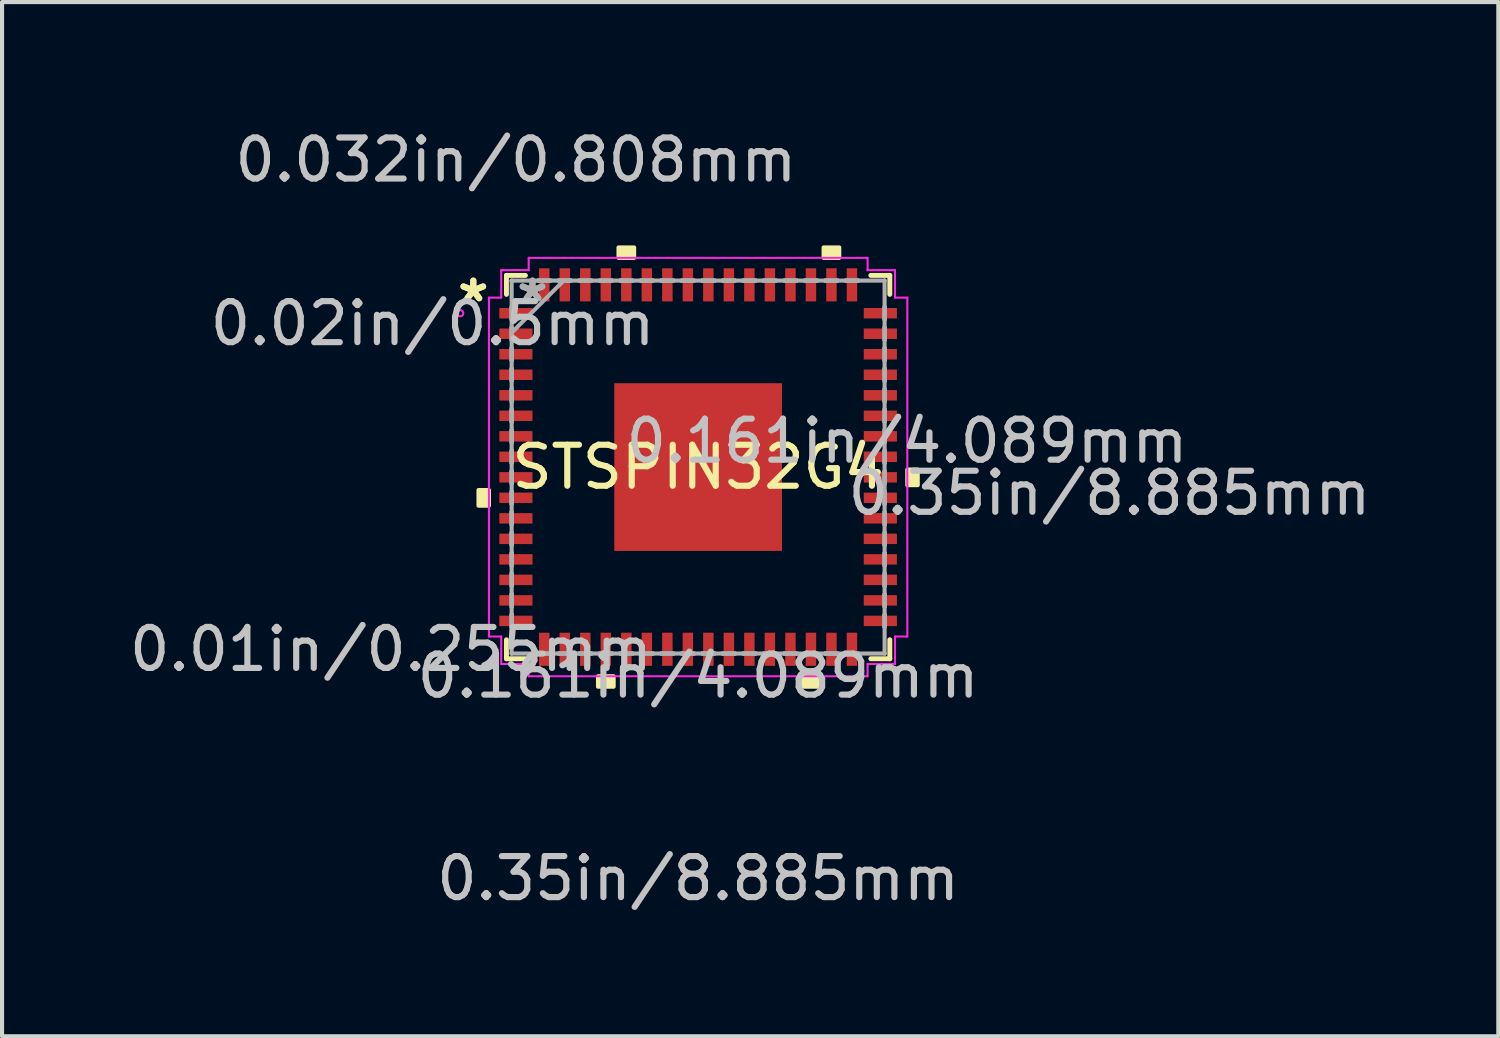
<source format=kicad_pcb>
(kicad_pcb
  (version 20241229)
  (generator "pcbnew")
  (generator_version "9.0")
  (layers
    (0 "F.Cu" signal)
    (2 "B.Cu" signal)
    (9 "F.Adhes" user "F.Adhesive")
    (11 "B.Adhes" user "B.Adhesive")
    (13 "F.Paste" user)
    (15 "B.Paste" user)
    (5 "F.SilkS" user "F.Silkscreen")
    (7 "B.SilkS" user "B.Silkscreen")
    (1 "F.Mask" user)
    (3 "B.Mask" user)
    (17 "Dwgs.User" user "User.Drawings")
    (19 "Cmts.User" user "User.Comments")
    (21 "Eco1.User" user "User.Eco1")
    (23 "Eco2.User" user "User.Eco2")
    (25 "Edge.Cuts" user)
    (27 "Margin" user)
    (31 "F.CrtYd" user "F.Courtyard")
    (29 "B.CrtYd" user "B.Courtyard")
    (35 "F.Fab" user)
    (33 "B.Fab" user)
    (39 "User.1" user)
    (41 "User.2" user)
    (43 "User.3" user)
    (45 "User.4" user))
  (footprint "STSPIN32G4"
    (layer "F.Cu")
    (at 13.973 8.339)
    (property "Reference" "STSPIN32G4" (at 0 0 0) (layer "F.SilkS") (effects (font (size 1 1) (thickness 0.15))))
    (attr through_hole)
    (fp_line (start -4.674 -4.674) (end -4.674 -4.211) (stroke (width 0.12) (type solid)) (layer "F.SilkS"))
    (fp_line (start -4.674 4.211) (end -4.674 4.674) (stroke (width 0.12) (type solid)) (layer "F.SilkS"))
    (fp_line (start -4.674 4.674) (end -4.211 4.674) (stroke (width 0.12) (type solid)) (layer "F.SilkS"))
    (fp_line (start -4.211 -4.674) (end -4.674 -4.674) (stroke (width 0.12) (type solid)) (layer "F.SilkS"))
    (fp_line (start 4.211 4.674) (end 4.674 4.674) (stroke (width 0.12) (type solid)) (layer "F.SilkS"))
    (fp_line (start 4.674 -4.674) (end 4.211 -4.674) (stroke (width 0.12) (type solid)) (layer "F.SilkS"))
    (fp_line (start 4.674 -4.211) (end 4.674 -4.674) (stroke (width 0.12) (type solid)) (layer "F.SilkS"))
    (fp_line (start 4.674 4.674) (end 4.674 4.211) (stroke (width 0.12) (type solid)) (layer "F.SilkS"))
    (fp_poly (pts (xy -5.355 0.56) (xy -5.355 0.941) (xy -5.101 0.941) (xy -5.101 0.56)) (stroke (width 0.1) (type solid)) (fill yes) (layer "F.SilkS"))
    (fp_poly (pts (xy -2.441 5.101) (xy -2.441 5.355) (xy -2.06 5.355) (xy -2.06 5.101)) (stroke (width 0.1) (type solid)) (fill yes) (layer "F.SilkS"))
    (fp_poly (pts (xy -1.941 -5.101) (xy -1.941 -5.355) (xy -1.56 -5.355) (xy -1.56 -5.101)) (stroke (width 0.1) (type solid)) (fill yes) (layer "F.SilkS"))
    (fp_poly (pts (xy 2.56 5.101) (xy 2.56 5.355) (xy 2.941 5.355) (xy 2.941 5.101)) (stroke (width 0.1) (type solid)) (fill yes) (layer "F.SilkS"))
    (fp_poly (pts (xy 3.06 -5.101) (xy 3.06 -5.355) (xy 3.441 -5.355) (xy 3.441 -5.101)) (stroke (width 0.1) (type solid)) (fill yes) (layer "F.SilkS"))
    (fp_poly (pts (xy 5.355 0.06) (xy 5.355 0.441) (xy 5.101 0.441) (xy 5.101 0.06)) (stroke (width 0.1) (type solid)) (fill yes) (layer "F.SilkS"))
    (fp_poly (pts (xy -1.945 -1.945) (xy -1.945 -0.782) (xy -0.782 -0.782) (xy -0.782 -1.945)) (stroke (width 0.1) (type solid)) (fill yes) (layer "F.Paste"))
    (fp_poly (pts (xy -1.945 -0.582) (xy -1.945 0.582) (xy -0.782 0.582) (xy -0.782 -0.582)) (stroke (width 0.1) (type solid)) (fill yes) (layer "F.Paste"))
    (fp_poly (pts (xy -1.945 0.782) (xy -1.945 1.945) (xy -0.782 1.945) (xy -0.782 0.782)) (stroke (width 0.1) (type solid)) (fill yes) (layer "F.Paste"))
    (fp_poly (pts (xy -0.582 -1.945) (xy -0.582 -0.782) (xy 0.582 -0.782) (xy 0.582 -1.945)) (stroke (width 0.1) (type solid)) (fill yes) (layer "F.Paste"))
    (fp_poly (pts (xy -0.582 -0.582) (xy -0.582 0.582) (xy 0.582 0.582) (xy 0.582 -0.582)) (stroke (width 0.1) (type solid)) (fill yes) (layer "F.Paste"))
    (fp_poly (pts (xy -0.582 0.782) (xy -0.582 1.945) (xy 0.582 1.945) (xy 0.582 0.782)) (stroke (width 0.1) (type solid)) (fill yes) (layer "F.Paste"))
    (fp_poly (pts (xy 0.782 -1.945) (xy 0.782 -0.782) (xy 1.945 -0.782) (xy 1.945 -1.945)) (stroke (width 0.1) (type solid)) (fill yes) (layer "F.Paste"))
    (fp_poly (pts (xy 0.782 -0.582) (xy 0.782 0.582) (xy 1.945 0.582) (xy 1.945 -0.582)) (stroke (width 0.1) (type solid)) (fill yes) (layer "F.Paste"))
    (fp_poly (pts (xy 0.782 0.782) (xy 0.782 1.945) (xy 1.945 1.945) (xy 1.945 0.782)) (stroke (width 0.1) (type solid)) (fill yes) (layer "F.Paste"))
    (fp_line (start -5.101 -4.132) (end -4.801 -4.132) (stroke (width 0.05) (type solid)) (layer "F.CrtYd"))
    (fp_line (start -5.101 4.132) (end -5.101 -4.132) (stroke (width 0.05) (type solid)) (layer "F.CrtYd"))
    (fp_line (start -4.801 -4.801) (end -4.132 -4.801) (stroke (width 0.05) (type solid)) (layer "F.CrtYd"))
    (fp_line (start -4.801 -4.132) (end -4.801 -4.801) (stroke (width 0.05) (type solid)) (layer "F.CrtYd"))
    (fp_line (start -4.801 4.132) (end -5.101 4.132) (stroke (width 0.05) (type solid)) (layer "F.CrtYd"))
    (fp_line (start -4.801 4.801) (end -4.801 4.132) (stroke (width 0.05) (type solid)) (layer "F.CrtYd"))
    (fp_line (start -4.132 -5.101) (end 4.132 -5.101) (stroke (width 0.05) (type solid)) (layer "F.CrtYd"))
    (fp_line (start -4.132 -4.801) (end -4.132 -5.101) (stroke (width 0.05) (type solid)) (layer "F.CrtYd"))
    (fp_line (start -4.132 4.801) (end -4.801 4.801) (stroke (width 0.05) (type solid)) (layer "F.CrtYd"))
    (fp_line (start -4.132 5.101) (end -4.132 4.801) (stroke (width 0.05) (type solid)) (layer "F.CrtYd"))
    (fp_line (start 4.132 -5.101) (end 4.132 -4.801) (stroke (width 0.05) (type solid)) (layer "F.CrtYd"))
    (fp_line (start 4.132 -4.801) (end 4.801 -4.801) (stroke (width 0.05) (type solid)) (layer "F.CrtYd"))
    (fp_line (start 4.132 4.801) (end 4.132 5.101) (stroke (width 0.05) (type solid)) (layer "F.CrtYd"))
    (fp_line (start 4.132 5.101) (end -4.132 5.101) (stroke (width 0.05) (type solid)) (layer "F.CrtYd"))
    (fp_line (start 4.801 -4.801) (end 4.801 -4.132) (stroke (width 0.05) (type solid)) (layer "F.CrtYd"))
    (fp_line (start 4.801 -4.132) (end 5.101 -4.132) (stroke (width 0.05) (type solid)) (layer "F.CrtYd"))
    (fp_line (start 4.801 4.132) (end 4.801 4.801) (stroke (width 0.05) (type solid)) (layer "F.CrtYd"))
    (fp_line (start 4.801 4.801) (end 4.132 4.801) (stroke (width 0.05) (type solid)) (layer "F.CrtYd"))
    (fp_line (start 5.101 -4.132) (end 5.101 4.132) (stroke (width 0.05) (type solid)) (layer "F.CrtYd"))
    (fp_line (start 5.101 4.132) (end 4.801 4.132) (stroke (width 0.05) (type solid)) (layer "F.CrtYd"))
    (fp_circle (center -5.801 -3.751) (end -5.725 -3.751) (stroke (width 0.05) (type solid)) (fill no) (layer "F.CrtYd"))
    (fp_line (start -4.547 -4.547) (end -4.547 -4.547) (stroke (width 0.1) (type solid)) (layer "F.Fab"))
    (fp_line (start -4.547 -4.547) (end -4.547 4.547) (stroke (width 0.1) (type solid)) (layer "F.Fab"))
    (fp_line (start -4.547 -3.903) (end -4.547 -3.903) (stroke (width 0.1) (type solid)) (layer "F.Fab"))
    (fp_line (start -4.547 -3.903) (end -4.547 -3.599) (stroke (width 0.1) (type solid)) (layer "F.Fab"))
    (fp_line (start -4.547 -3.599) (end -4.547 -3.903) (stroke (width 0.1) (type solid)) (layer "F.Fab"))
    (fp_line (start -4.547 -3.599) (end -4.547 -3.599) (stroke (width 0.1) (type solid)) (layer "F.Fab"))
    (fp_line (start -4.547 -3.403) (end -4.547 -3.403) (stroke (width 0.1) (type solid)) (layer "F.Fab"))
    (fp_line (start -4.547 -3.403) (end -4.547 -3.098) (stroke (width 0.1) (type solid)) (layer "F.Fab"))
    (fp_line (start -4.547 -3.277) (end -3.277 -4.547) (stroke (width 0.1) (type solid)) (layer "F.Fab"))
    (fp_line (start -4.547 -3.098) (end -4.547 -3.403) (stroke (width 0.1) (type solid)) (layer "F.Fab"))
    (fp_line (start -4.547 -3.098) (end -4.547 -3.098) (stroke (width 0.1) (type solid)) (layer "F.Fab"))
    (fp_line (start -4.547 -2.903) (end -4.547 -2.903) (stroke (width 0.1) (type solid)) (layer "F.Fab"))
    (fp_line (start -4.547 -2.903) (end -4.547 -2.598) (stroke (width 0.1) (type solid)) (layer "F.Fab"))
    (fp_line (start -4.547 -2.598) (end -4.547 -2.903) (stroke (width 0.1) (type solid)) (layer "F.Fab"))
    (fp_line (start -4.547 -2.598) (end -4.547 -2.598) (stroke (width 0.1) (type solid)) (layer "F.Fab"))
    (fp_line (start -4.547 -2.403) (end -4.547 -2.403) (stroke (width 0.1) (type solid)) (layer "F.Fab"))
    (fp_line (start -4.547 -2.403) (end -4.547 -2.098) (stroke (width 0.1) (type solid)) (layer "F.Fab"))
    (fp_line (start -4.547 -2.098) (end -4.547 -2.403) (stroke (width 0.1) (type solid)) (layer "F.Fab"))
    (fp_line (start -4.547 -2.098) (end -4.547 -2.098) (stroke (width 0.1) (type solid)) (layer "F.Fab"))
    (fp_line (start -4.547 -1.903) (end -4.547 -1.903) (stroke (width 0.1) (type solid)) (layer "F.Fab"))
    (fp_line (start -4.547 -1.903) (end -4.547 -1.598) (stroke (width 0.1) (type solid)) (layer "F.Fab"))
    (fp_line (start -4.547 -1.598) (end -4.547 -1.903) (stroke (width 0.1) (type solid)) (layer "F.Fab"))
    (fp_line (start -4.547 -1.598) (end -4.547 -1.598) (stroke (width 0.1) (type solid)) (layer "F.Fab"))
    (fp_line (start -4.547 -1.403) (end -4.547 -1.403) (stroke (width 0.1) (type solid)) (layer "F.Fab"))
    (fp_line (start -4.547 -1.403) (end -4.547 -1.098) (stroke (width 0.1) (type solid)) (layer "F.Fab"))
    (fp_line (start -4.547 -1.098) (end -4.547 -1.403) (stroke (width 0.1) (type solid)) (layer "F.Fab"))
    (fp_line (start -4.547 -1.098) (end -4.547 -1.098) (stroke (width 0.1) (type solid)) (layer "F.Fab"))
    (fp_line (start -4.547 -0.903) (end -4.547 -0.903) (stroke (width 0.1) (type solid)) (layer "F.Fab"))
    (fp_line (start -4.547 -0.903) (end -4.547 -0.598) (stroke (width 0.1) (type solid)) (layer "F.Fab"))
    (fp_line (start -4.547 -0.598) (end -4.547 -0.903) (stroke (width 0.1) (type solid)) (layer "F.Fab"))
    (fp_line (start -4.547 -0.598) (end -4.547 -0.598) (stroke (width 0.1) (type solid)) (layer "F.Fab"))
    (fp_line (start -4.547 -0.402) (end -4.547 -0.402) (stroke (width 0.1) (type solid)) (layer "F.Fab"))
    (fp_line (start -4.547 -0.402) (end -4.547 -0.098) (stroke (width 0.1) (type solid)) (layer "F.Fab"))
    (fp_line (start -4.547 -0.098) (end -4.547 -0.402) (stroke (width 0.1) (type solid)) (layer "F.Fab"))
    (fp_line (start -4.547 -0.098) (end -4.547 -0.098) (stroke (width 0.1) (type solid)) (layer "F.Fab"))
    (fp_line (start -4.547 0.098) (end -4.547 0.098) (stroke (width 0.1) (type solid)) (layer "F.Fab"))
    (fp_line (start -4.547 0.098) (end -4.547 0.402) (stroke (width 0.1) (type solid)) (layer "F.Fab"))
    (fp_line (start -4.547 0.402) (end -4.547 0.098) (stroke (width 0.1) (type solid)) (layer "F.Fab"))
    (fp_line (start -4.547 0.402) (end -4.547 0.402) (stroke (width 0.1) (type solid)) (layer "F.Fab"))
    (fp_line (start -4.547 0.598) (end -4.547 0.598) (stroke (width 0.1) (type solid)) (layer "F.Fab"))
    (fp_line (start -4.547 0.598) (end -4.547 0.903) (stroke (width 0.1) (type solid)) (layer "F.Fab"))
    (fp_line (start -4.547 0.903) (end -4.547 0.598) (stroke (width 0.1) (type solid)) (layer "F.Fab"))
    (fp_line (start -4.547 0.903) (end -4.547 0.903) (stroke (width 0.1) (type solid)) (layer "F.Fab"))
    (fp_line (start -4.547 1.098) (end -4.547 1.098) (stroke (width 0.1) (type solid)) (layer "F.Fab"))
    (fp_line (start -4.547 1.098) (end -4.547 1.403) (stroke (width 0.1) (type solid)) (layer "F.Fab"))
    (fp_line (start -4.547 1.403) (end -4.547 1.098) (stroke (width 0.1) (type solid)) (layer "F.Fab"))
    (fp_line (start -4.547 1.403) (end -4.547 1.403) (stroke (width 0.1) (type solid)) (layer "F.Fab"))
    (fp_line (start -4.547 1.598) (end -4.547 1.598) (stroke (width 0.1) (type solid)) (layer "F.Fab"))
    (fp_line (start -4.547 1.598) (end -4.547 1.903) (stroke (width 0.1) (type solid)) (layer "F.Fab"))
    (fp_line (start -4.547 1.903) (end -4.547 1.598) (stroke (width 0.1) (type solid)) (layer "F.Fab"))
    (fp_line (start -4.547 1.903) (end -4.547 1.903) (stroke (width 0.1) (type solid)) (layer "F.Fab"))
    (fp_line (start -4.547 2.098) (end -4.547 2.098) (stroke (width 0.1) (type solid)) (layer "F.Fab"))
    (fp_line (start -4.547 2.098) (end -4.547 2.403) (stroke (width 0.1) (type solid)) (layer "F.Fab"))
    (fp_line (start -4.547 2.403) (end -4.547 2.098) (stroke (width 0.1) (type solid)) (layer "F.Fab"))
    (fp_line (start -4.547 2.403) (end -4.547 2.403) (stroke (width 0.1) (type solid)) (layer "F.Fab"))
    (fp_line (start -4.547 2.598) (end -4.547 2.598) (stroke (width 0.1) (type solid)) (layer "F.Fab"))
    (fp_line (start -4.547 2.598) (end -4.547 2.903) (stroke (width 0.1) (type solid)) (layer "F.Fab"))
    (fp_line (start -4.547 2.903) (end -4.547 2.598) (stroke (width 0.1) (type solid)) (layer "F.Fab"))
    (fp_line (start -4.547 2.903) (end -4.547 2.903) (stroke (width 0.1) (type solid)) (layer "F.Fab"))
    (fp_line (start -4.547 3.098) (end -4.547 3.098) (stroke (width 0.1) (type solid)) (layer "F.Fab"))
    (fp_line (start -4.547 3.098) (end -4.547 3.403) (stroke (width 0.1) (type solid)) (layer "F.Fab"))
    (fp_line (start -4.547 3.403) (end -4.547 3.098) (stroke (width 0.1) (type solid)) (layer "F.Fab"))
    (fp_line (start -4.547 3.403) (end -4.547 3.403) (stroke (width 0.1) (type solid)) (layer "F.Fab"))
    (fp_line (start -4.547 3.599) (end -4.547 3.599) (stroke (width 0.1) (type solid)) (layer "F.Fab"))
    (fp_line (start -4.547 3.599) (end -4.547 3.903) (stroke (width 0.1) (type solid)) (layer "F.Fab"))
    (fp_line (start -4.547 3.903) (end -4.547 3.599) (stroke (width 0.1) (type solid)) (layer "F.Fab"))
    (fp_line (start -4.547 3.903) (end -4.547 3.903) (stroke (width 0.1) (type solid)) (layer "F.Fab"))
    (fp_line (start -4.547 4.547) (end -4.547 4.547) (stroke (width 0.1) (type solid)) (layer "F.Fab"))
    (fp_line (start -4.547 4.547) (end 4.547 4.547) (stroke (width 0.1) (type solid)) (layer "F.Fab"))
    (fp_line (start -3.903 -4.547) (end -3.903 -4.547) (stroke (width 0.1) (type solid)) (layer "F.Fab"))
    (fp_line (start -3.903 -4.547) (end -3.599 -4.547) (stroke (width 0.1) (type solid)) (layer "F.Fab"))
    (fp_line (start -3.903 4.547) (end -3.903 4.547) (stroke (width 0.1) (type solid)) (layer "F.Fab"))
    (fp_line (start -3.903 4.547) (end -3.599 4.547) (stroke (width 0.1) (type solid)) (layer "F.Fab"))
    (fp_line (start -3.599 -4.547) (end -3.903 -4.547) (stroke (width 0.1) (type solid)) (layer "F.Fab"))
    (fp_line (start -3.599 -4.547) (end -3.599 -4.547) (stroke (width 0.1) (type solid)) (layer "F.Fab"))
    (fp_line (start -3.599 4.547) (end -3.903 4.547) (stroke (width 0.1) (type solid)) (layer "F.Fab"))
    (fp_line (start -3.599 4.547) (end -3.599 4.547) (stroke (width 0.1) (type solid)) (layer "F.Fab"))
    (fp_line (start -3.403 -4.547) (end -3.403 -4.547) (stroke (width 0.1) (type solid)) (layer "F.Fab"))
    (fp_line (start -3.403 -4.547) (end -3.098 -4.547) (stroke (width 0.1) (type solid)) (layer "F.Fab"))
    (fp_line (start -3.403 4.547) (end -3.403 4.547) (stroke (width 0.1) (type solid)) (layer "F.Fab"))
    (fp_line (start -3.403 4.547) (end -3.098 4.547) (stroke (width 0.1) (type solid)) (layer "F.Fab"))
    (fp_line (start -3.098 -4.547) (end -3.403 -4.547) (stroke (width 0.1) (type solid)) (layer "F.Fab"))
    (fp_line (start -3.098 -4.547) (end -3.098 -4.547) (stroke (width 0.1) (type solid)) (layer "F.Fab"))
    (fp_line (start -3.098 4.547) (end -3.403 4.547) (stroke (width 0.1) (type solid)) (layer "F.Fab"))
    (fp_line (start -3.098 4.547) (end -3.098 4.547) (stroke (width 0.1) (type solid)) (layer "F.Fab"))
    (fp_line (start -2.903 -4.547) (end -2.903 -4.547) (stroke (width 0.1) (type solid)) (layer "F.Fab"))
    (fp_line (start -2.903 -4.547) (end -2.598 -4.547) (stroke (width 0.1) (type solid)) (layer "F.Fab"))
    (fp_line (start -2.903 4.547) (end -2.903 4.547) (stroke (width 0.1) (type solid)) (layer "F.Fab"))
    (fp_line (start -2.903 4.547) (end -2.598 4.547) (stroke (width 0.1) (type solid)) (layer "F.Fab"))
    (fp_line (start -2.598 -4.547) (end -2.903 -4.547) (stroke (width 0.1) (type solid)) (layer "F.Fab"))
    (fp_line (start -2.598 -4.547) (end -2.598 -4.547) (stroke (width 0.1) (type solid)) (layer "F.Fab"))
    (fp_line (start -2.598 4.547) (end -2.903 4.547) (stroke (width 0.1) (type solid)) (layer "F.Fab"))
    (fp_line (start -2.598 4.547) (end -2.598 4.547) (stroke (width 0.1) (type solid)) (layer "F.Fab"))
    (fp_line (start -2.403 -4.547) (end -2.403 -4.547) (stroke (width 0.1) (type solid)) (layer "F.Fab"))
    (fp_line (start -2.403 -4.547) (end -2.098 -4.547) (stroke (width 0.1) (type solid)) (layer "F.Fab"))
    (fp_line (start -2.403 4.547) (end -2.403 4.547) (stroke (width 0.1) (type solid)) (layer "F.Fab"))
    (fp_line (start -2.403 4.547) (end -2.098 4.547) (stroke (width 0.1) (type solid)) (layer "F.Fab"))
    (fp_line (start -2.098 -4.547) (end -2.403 -4.547) (stroke (width 0.1) (type solid)) (layer "F.Fab"))
    (fp_line (start -2.098 -4.547) (end -2.098 -4.547) (stroke (width 0.1) (type solid)) (layer "F.Fab"))
    (fp_line (start -2.098 4.547) (end -2.403 4.547) (stroke (width 0.1) (type solid)) (layer "F.Fab"))
    (fp_line (start -2.098 4.547) (end -2.098 4.547) (stroke (width 0.1) (type solid)) (layer "F.Fab"))
    (fp_line (start -1.903 -4.547) (end -1.903 -4.547) (stroke (width 0.1) (type solid)) (layer "F.Fab"))
    (fp_line (start -1.903 -4.547) (end -1.598 -4.547) (stroke (width 0.1) (type solid)) (layer "F.Fab"))
    (fp_line (start -1.903 4.547) (end -1.903 4.547) (stroke (width 0.1) (type solid)) (layer "F.Fab"))
    (fp_line (start -1.903 4.547) (end -1.598 4.547) (stroke (width 0.1) (type solid)) (layer "F.Fab"))
    (fp_line (start -1.598 -4.547) (end -1.903 -4.547) (stroke (width 0.1) (type solid)) (layer "F.Fab"))
    (fp_line (start -1.598 -4.547) (end -1.598 -4.547) (stroke (width 0.1) (type solid)) (layer "F.Fab"))
    (fp_line (start -1.598 4.547) (end -1.903 4.547) (stroke (width 0.1) (type solid)) (layer "F.Fab"))
    (fp_line (start -1.598 4.547) (end -1.598 4.547) (stroke (width 0.1) (type solid)) (layer "F.Fab"))
    (fp_line (start -1.403 -4.547) (end -1.403 -4.547) (stroke (width 0.1) (type solid)) (layer "F.Fab"))
    (fp_line (start -1.403 -4.547) (end -1.098 -4.547) (stroke (width 0.1) (type solid)) (layer "F.Fab"))
    (fp_line (start -1.403 4.547) (end -1.403 4.547) (stroke (width 0.1) (type solid)) (layer "F.Fab"))
    (fp_line (start -1.403 4.547) (end -1.098 4.547) (stroke (width 0.1) (type solid)) (layer "F.Fab"))
    (fp_line (start -1.098 -4.547) (end -1.403 -4.547) (stroke (width 0.1) (type solid)) (layer "F.Fab"))
    (fp_line (start -1.098 -4.547) (end -1.098 -4.547) (stroke (width 0.1) (type solid)) (layer "F.Fab"))
    (fp_line (start -1.098 4.547) (end -1.403 4.547) (stroke (width 0.1) (type solid)) (layer "F.Fab"))
    (fp_line (start -1.098 4.547) (end -1.098 4.547) (stroke (width 0.1) (type solid)) (layer "F.Fab"))
    (fp_line (start -0.903 -4.547) (end -0.903 -4.547) (stroke (width 0.1) (type solid)) (layer "F.Fab"))
    (fp_line (start -0.903 -4.547) (end -0.598 -4.547) (stroke (width 0.1) (type solid)) (layer "F.Fab"))
    (fp_line (start -0.903 4.547) (end -0.903 4.547) (stroke (width 0.1) (type solid)) (layer "F.Fab"))
    (fp_line (start -0.903 4.547) (end -0.598 4.547) (stroke (width 0.1) (type solid)) (layer "F.Fab"))
    (fp_line (start -0.598 -4.547) (end -0.903 -4.547) (stroke (width 0.1) (type solid)) (layer "F.Fab"))
    (fp_line (start -0.598 -4.547) (end -0.598 -4.547) (stroke (width 0.1) (type solid)) (layer "F.Fab"))
    (fp_line (start -0.598 4.547) (end -0.903 4.547) (stroke (width 0.1) (type solid)) (layer "F.Fab"))
    (fp_line (start -0.598 4.547) (end -0.598 4.547) (stroke (width 0.1) (type solid)) (layer "F.Fab"))
    (fp_line (start -0.402 -4.547) (end -0.402 -4.547) (stroke (width 0.1) (type solid)) (layer "F.Fab"))
    (fp_line (start -0.402 -4.547) (end -0.098 -4.547) (stroke (width 0.1) (type solid)) (layer "F.Fab"))
    (fp_line (start -0.402 4.547) (end -0.402 4.547) (stroke (width 0.1) (type solid)) (layer "F.Fab"))
    (fp_line (start -0.402 4.547) (end -0.098 4.547) (stroke (width 0.1) (type solid)) (layer "F.Fab"))
    (fp_line (start -0.098 -4.547) (end -0.402 -4.547) (stroke (width 0.1) (type solid)) (layer "F.Fab"))
    (fp_line (start -0.098 -4.547) (end -0.098 -4.547) (stroke (width 0.1) (type solid)) (layer "F.Fab"))
    (fp_line (start -0.098 4.547) (end -0.402 4.547) (stroke (width 0.1) (type solid)) (layer "F.Fab"))
    (fp_line (start -0.098 4.547) (end -0.098 4.547) (stroke (width 0.1) (type solid)) (layer "F.Fab"))
    (fp_line (start 0.098 -4.547) (end 0.098 -4.547) (stroke (width 0.1) (type solid)) (layer "F.Fab"))
    (fp_line (start 0.098 -4.547) (end 0.402 -4.547) (stroke (width 0.1) (type solid)) (layer "F.Fab"))
    (fp_line (start 0.098 4.547) (end 0.098 4.547) (stroke (width 0.1) (type solid)) (layer "F.Fab"))
    (fp_line (start 0.098 4.547) (end 0.402 4.547) (stroke (width 0.1) (type solid)) (layer "F.Fab"))
    (fp_line (start 0.402 -4.547) (end 0.098 -4.547) (stroke (width 0.1) (type solid)) (layer "F.Fab"))
    (fp_line (start 0.402 -4.547) (end 0.402 -4.547) (stroke (width 0.1) (type solid)) (layer "F.Fab"))
    (fp_line (start 0.402 4.547) (end 0.098 4.547) (stroke (width 0.1) (type solid)) (layer "F.Fab"))
    (fp_line (start 0.402 4.547) (end 0.402 4.547) (stroke (width 0.1) (type solid)) (layer "F.Fab"))
    (fp_line (start 0.598 -4.547) (end 0.598 -4.547) (stroke (width 0.1) (type solid)) (layer "F.Fab"))
    (fp_line (start 0.598 -4.547) (end 0.903 -4.547) (stroke (width 0.1) (type solid)) (layer "F.Fab"))
    (fp_line (start 0.598 4.547) (end 0.598 4.547) (stroke (width 0.1) (type solid)) (layer "F.Fab"))
    (fp_line (start 0.598 4.547) (end 0.903 4.547) (stroke (width 0.1) (type solid)) (layer "F.Fab"))
    (fp_line (start 0.903 -4.547) (end 0.598 -4.547) (stroke (width 0.1) (type solid)) (layer "F.Fab"))
    (fp_line (start 0.903 -4.547) (end 0.903 -4.547) (stroke (width 0.1) (type solid)) (layer "F.Fab"))
    (fp_line (start 0.903 4.547) (end 0.598 4.547) (stroke (width 0.1) (type solid)) (layer "F.Fab"))
    (fp_line (start 0.903 4.547) (end 0.903 4.547) (stroke (width 0.1) (type solid)) (layer "F.Fab"))
    (fp_line (start 1.098 -4.547) (end 1.098 -4.547) (stroke (width 0.1) (type solid)) (layer "F.Fab"))
    (fp_line (start 1.098 -4.547) (end 1.403 -4.547) (stroke (width 0.1) (type solid)) (layer "F.Fab"))
    (fp_line (start 1.098 4.547) (end 1.098 4.547) (stroke (width 0.1) (type solid)) (layer "F.Fab"))
    (fp_line (start 1.098 4.547) (end 1.403 4.547) (stroke (width 0.1) (type solid)) (layer "F.Fab"))
    (fp_line (start 1.403 -4.547) (end 1.098 -4.547) (stroke (width 0.1) (type solid)) (layer "F.Fab"))
    (fp_line (start 1.403 -4.547) (end 1.403 -4.547) (stroke (width 0.1) (type solid)) (layer "F.Fab"))
    (fp_line (start 1.403 4.547) (end 1.098 4.547) (stroke (width 0.1) (type solid)) (layer "F.Fab"))
    (fp_line (start 1.403 4.547) (end 1.403 4.547) (stroke (width 0.1) (type solid)) (layer "F.Fab"))
    (fp_line (start 1.598 -4.547) (end 1.598 -4.547) (stroke (width 0.1) (type solid)) (layer "F.Fab"))
    (fp_line (start 1.598 -4.547) (end 1.903 -4.547) (stroke (width 0.1) (type solid)) (layer "F.Fab"))
    (fp_line (start 1.598 4.547) (end 1.598 4.547) (stroke (width 0.1) (type solid)) (layer "F.Fab"))
    (fp_line (start 1.598 4.547) (end 1.903 4.547) (stroke (width 0.1) (type solid)) (layer "F.Fab"))
    (fp_line (start 1.903 -4.547) (end 1.598 -4.547) (stroke (width 0.1) (type solid)) (layer "F.Fab"))
    (fp_line (start 1.903 -4.547) (end 1.903 -4.547) (stroke (width 0.1) (type solid)) (layer "F.Fab"))
    (fp_line (start 1.903 4.547) (end 1.598 4.547) (stroke (width 0.1) (type solid)) (layer "F.Fab"))
    (fp_line (start 1.903 4.547) (end 1.903 4.547) (stroke (width 0.1) (type solid)) (layer "F.Fab"))
    (fp_line (start 2.098 -4.547) (end 2.098 -4.547) (stroke (width 0.1) (type solid)) (layer "F.Fab"))
    (fp_line (start 2.098 -4.547) (end 2.403 -4.547) (stroke (width 0.1) (type solid)) (layer "F.Fab"))
    (fp_line (start 2.098 4.547) (end 2.098 4.547) (stroke (width 0.1) (type solid)) (layer "F.Fab"))
    (fp_line (start 2.098 4.547) (end 2.403 4.547) (stroke (width 0.1) (type solid)) (layer "F.Fab"))
    (fp_line (start 2.403 -4.547) (end 2.098 -4.547) (stroke (width 0.1) (type solid)) (layer "F.Fab"))
    (fp_line (start 2.403 -4.547) (end 2.403 -4.547) (stroke (width 0.1) (type solid)) (layer "F.Fab"))
    (fp_line (start 2.403 4.547) (end 2.098 4.547) (stroke (width 0.1) (type solid)) (layer "F.Fab"))
    (fp_line (start 2.403 4.547) (end 2.403 4.547) (stroke (width 0.1) (type solid)) (layer "F.Fab"))
    (fp_line (start 2.598 -4.547) (end 2.598 -4.547) (stroke (width 0.1) (type solid)) (layer "F.Fab"))
    (fp_line (start 2.598 -4.547) (end 2.903 -4.547) (stroke (width 0.1) (type solid)) (layer "F.Fab"))
    (fp_line (start 2.598 4.547) (end 2.598 4.547) (stroke (width 0.1) (type solid)) (layer "F.Fab"))
    (fp_line (start 2.598 4.547) (end 2.903 4.547) (stroke (width 0.1) (type solid)) (layer "F.Fab"))
    (fp_line (start 2.903 -4.547) (end 2.598 -4.547) (stroke (width 0.1) (type solid)) (layer "F.Fab"))
    (fp_line (start 2.903 -4.547) (end 2.903 -4.547) (stroke (width 0.1) (type solid)) (layer "F.Fab"))
    (fp_line (start 2.903 4.547) (end 2.598 4.547) (stroke (width 0.1) (type solid)) (layer "F.Fab"))
    (fp_line (start 2.903 4.547) (end 2.903 4.547) (stroke (width 0.1) (type solid)) (layer "F.Fab"))
    (fp_line (start 3.098 -4.547) (end 3.098 -4.547) (stroke (width 0.1) (type solid)) (layer "F.Fab"))
    (fp_line (start 3.098 -4.547) (end 3.403 -4.547) (stroke (width 0.1) (type solid)) (layer "F.Fab"))
    (fp_line (start 3.098 4.547) (end 3.098 4.547) (stroke (width 0.1) (type solid)) (layer "F.Fab"))
    (fp_line (start 3.098 4.547) (end 3.403 4.547) (stroke (width 0.1) (type solid)) (layer "F.Fab"))
    (fp_line (start 3.403 -4.547) (end 3.098 -4.547) (stroke (width 0.1) (type solid)) (layer "F.Fab"))
    (fp_line (start 3.403 -4.547) (end 3.403 -4.547) (stroke (width 0.1) (type solid)) (layer "F.Fab"))
    (fp_line (start 3.403 4.547) (end 3.098 4.547) (stroke (width 0.1) (type solid)) (layer "F.Fab"))
    (fp_line (start 3.403 4.547) (end 3.403 4.547) (stroke (width 0.1) (type solid)) (layer "F.Fab"))
    (fp_line (start 3.599 -4.547) (end 3.599 -4.547) (stroke (width 0.1) (type solid)) (layer "F.Fab"))
    (fp_line (start 3.599 -4.547) (end 3.903 -4.547) (stroke (width 0.1) (type solid)) (layer "F.Fab"))
    (fp_line (start 3.599 4.547) (end 3.599 4.547) (stroke (width 0.1) (type solid)) (layer "F.Fab"))
    (fp_line (start 3.599 4.547) (end 3.903 4.547) (stroke (width 0.1) (type solid)) (layer "F.Fab"))
    (fp_line (start 3.903 -4.547) (end 3.599 -4.547) (stroke (width 0.1) (type solid)) (layer "F.Fab"))
    (fp_line (start 3.903 -4.547) (end 3.903 -4.547) (stroke (width 0.1) (type solid)) (layer "F.Fab"))
    (fp_line (start 3.903 4.547) (end 3.599 4.547) (stroke (width 0.1) (type solid)) (layer "F.Fab"))
    (fp_line (start 3.903 4.547) (end 3.903 4.547) (stroke (width 0.1) (type solid)) (layer "F.Fab"))
    (fp_line (start 4.547 -4.547) (end -4.547 -4.547) (stroke (width 0.1) (type solid)) (layer "F.Fab"))
    (fp_line (start 4.547 -4.547) (end 4.547 -4.547) (stroke (width 0.1) (type solid)) (layer "F.Fab"))
    (fp_line (start 4.547 -3.903) (end 4.547 -3.903) (stroke (width 0.1) (type solid)) (layer "F.Fab"))
    (fp_line (start 4.547 -3.903) (end 4.547 -3.599) (stroke (width 0.1) (type solid)) (layer "F.Fab"))
    (fp_line (start 4.547 -3.599) (end 4.547 -3.903) (stroke (width 0.1) (type solid)) (layer "F.Fab"))
    (fp_line (start 4.547 -3.599) (end 4.547 -3.599) (stroke (width 0.1) (type solid)) (layer "F.Fab"))
    (fp_line (start 4.547 -3.403) (end 4.547 -3.403) (stroke (width 0.1) (type solid)) (layer "F.Fab"))
    (fp_line (start 4.547 -3.403) (end 4.547 -3.098) (stroke (width 0.1) (type solid)) (layer "F.Fab"))
    (fp_line (start 4.547 -3.098) (end 4.547 -3.403) (stroke (width 0.1) (type solid)) (layer "F.Fab"))
    (fp_line (start 4.547 -3.098) (end 4.547 -3.098) (stroke (width 0.1) (type solid)) (layer "F.Fab"))
    (fp_line (start 4.547 -2.903) (end 4.547 -2.903) (stroke (width 0.1) (type solid)) (layer "F.Fab"))
    (fp_line (start 4.547 -2.903) (end 4.547 -2.598) (stroke (width 0.1) (type solid)) (layer "F.Fab"))
    (fp_line (start 4.547 -2.598) (end 4.547 -2.903) (stroke (width 0.1) (type solid)) (layer "F.Fab"))
    (fp_line (start 4.547 -2.598) (end 4.547 -2.598) (stroke (width 0.1) (type solid)) (layer "F.Fab"))
    (fp_line (start 4.547 -2.403) (end 4.547 -2.403) (stroke (width 0.1) (type solid)) (layer "F.Fab"))
    (fp_line (start 4.547 -2.403) (end 4.547 -2.098) (stroke (width 0.1) (type solid)) (layer "F.Fab"))
    (fp_line (start 4.547 -2.098) (end 4.547 -2.403) (stroke (width 0.1) (type solid)) (layer "F.Fab"))
    (fp_line (start 4.547 -2.098) (end 4.547 -2.098) (stroke (width 0.1) (type solid)) (layer "F.Fab"))
    (fp_line (start 4.547 -1.903) (end 4.547 -1.903) (stroke (width 0.1) (type solid)) (layer "F.Fab"))
    (fp_line (start 4.547 -1.903) (end 4.547 -1.598) (stroke (width 0.1) (type solid)) (layer "F.Fab"))
    (fp_line (start 4.547 -1.598) (end 4.547 -1.903) (stroke (width 0.1) (type solid)) (layer "F.Fab"))
    (fp_line (start 4.547 -1.598) (end 4.547 -1.598) (stroke (width 0.1) (type solid)) (layer "F.Fab"))
    (fp_line (start 4.547 -1.403) (end 4.547 -1.403) (stroke (width 0.1) (type solid)) (layer "F.Fab"))
    (fp_line (start 4.547 -1.403) (end 4.547 -1.098) (stroke (width 0.1) (type solid)) (layer "F.Fab"))
    (fp_line (start 4.547 -1.098) (end 4.547 -1.403) (stroke (width 0.1) (type solid)) (layer "F.Fab"))
    (fp_line (start 4.547 -1.098) (end 4.547 -1.098) (stroke (width 0.1) (type solid)) (layer "F.Fab"))
    (fp_line (start 4.547 -0.903) (end 4.547 -0.903) (stroke (width 0.1) (type solid)) (layer "F.Fab"))
    (fp_line (start 4.547 -0.903) (end 4.547 -0.598) (stroke (width 0.1) (type solid)) (layer "F.Fab"))
    (fp_line (start 4.547 -0.598) (end 4.547 -0.903) (stroke (width 0.1) (type solid)) (layer "F.Fab"))
    (fp_line (start 4.547 -0.598) (end 4.547 -0.598) (stroke (width 0.1) (type solid)) (layer "F.Fab"))
    (fp_line (start 4.547 -0.402) (end 4.547 -0.402) (stroke (width 0.1) (type solid)) (layer "F.Fab"))
    (fp_line (start 4.547 -0.402) (end 4.547 -0.098) (stroke (width 0.1) (type solid)) (layer "F.Fab"))
    (fp_line (start 4.547 -0.098) (end 4.547 -0.402) (stroke (width 0.1) (type solid)) (layer "F.Fab"))
    (fp_line (start 4.547 -0.098) (end 4.547 -0.098) (stroke (width 0.1) (type solid)) (layer "F.Fab"))
    (fp_line (start 4.547 0.098) (end 4.547 0.098) (stroke (width 0.1) (type solid)) (layer "F.Fab"))
    (fp_line (start 4.547 0.098) (end 4.547 0.402) (stroke (width 0.1) (type solid)) (layer "F.Fab"))
    (fp_line (start 4.547 0.402) (end 4.547 0.098) (stroke (width 0.1) (type solid)) (layer "F.Fab"))
    (fp_line (start 4.547 0.402) (end 4.547 0.402) (stroke (width 0.1) (type solid)) (layer "F.Fab"))
    (fp_line (start 4.547 0.598) (end 4.547 0.598) (stroke (width 0.1) (type solid)) (layer "F.Fab"))
    (fp_line (start 4.547 0.598) (end 4.547 0.903) (stroke (width 0.1) (type solid)) (layer "F.Fab"))
    (fp_line (start 4.547 0.903) (end 4.547 0.598) (stroke (width 0.1) (type solid)) (layer "F.Fab"))
    (fp_line (start 4.547 0.903) (end 4.547 0.903) (stroke (width 0.1) (type solid)) (layer "F.Fab"))
    (fp_line (start 4.547 1.098) (end 4.547 1.098) (stroke (width 0.1) (type solid)) (layer "F.Fab"))
    (fp_line (start 4.547 1.098) (end 4.547 1.403) (stroke (width 0.1) (type solid)) (layer "F.Fab"))
    (fp_line (start 4.547 1.403) (end 4.547 1.098) (stroke (width 0.1) (type solid)) (layer "F.Fab"))
    (fp_line (start 4.547 1.403) (end 4.547 1.403) (stroke (width 0.1) (type solid)) (layer "F.Fab"))
    (fp_line (start 4.547 1.598) (end 4.547 1.598) (stroke (width 0.1) (type solid)) (layer "F.Fab"))
    (fp_line (start 4.547 1.598) (end 4.547 1.903) (stroke (width 0.1) (type solid)) (layer "F.Fab"))
    (fp_line (start 4.547 1.903) (end 4.547 1.598) (stroke (width 0.1) (type solid)) (layer "F.Fab"))
    (fp_line (start 4.547 1.903) (end 4.547 1.903) (stroke (width 0.1) (type solid)) (layer "F.Fab"))
    (fp_line (start 4.547 2.098) (end 4.547 2.098) (stroke (width 0.1) (type solid)) (layer "F.Fab"))
    (fp_line (start 4.547 2.098) (end 4.547 2.403) (stroke (width 0.1) (type solid)) (layer "F.Fab"))
    (fp_line (start 4.547 2.403) (end 4.547 2.098) (stroke (width 0.1) (type solid)) (layer "F.Fab"))
    (fp_line (start 4.547 2.403) (end 4.547 2.403) (stroke (width 0.1) (type solid)) (layer "F.Fab"))
    (fp_line (start 4.547 2.598) (end 4.547 2.598) (stroke (width 0.1) (type solid)) (layer "F.Fab"))
    (fp_line (start 4.547 2.598) (end 4.547 2.903) (stroke (width 0.1) (type solid)) (layer "F.Fab"))
    (fp_line (start 4.547 2.903) (end 4.547 2.598) (stroke (width 0.1) (type solid)) (layer "F.Fab"))
    (fp_line (start 4.547 2.903) (end 4.547 2.903) (stroke (width 0.1) (type solid)) (layer "F.Fab"))
    (fp_line (start 4.547 3.098) (end 4.547 3.098) (stroke (width 0.1) (type solid)) (layer "F.Fab"))
    (fp_line (start 4.547 3.098) (end 4.547 3.403) (stroke (width 0.1) (type solid)) (layer "F.Fab"))
    (fp_line (start 4.547 3.403) (end 4.547 3.098) (stroke (width 0.1) (type solid)) (layer "F.Fab"))
    (fp_line (start 4.547 3.403) (end 4.547 3.403) (stroke (width 0.1) (type solid)) (layer "F.Fab"))
    (fp_line (start 4.547 3.599) (end 4.547 3.599) (stroke (width 0.1) (type solid)) (layer "F.Fab"))
    (fp_line (start 4.547 3.599) (end 4.547 3.903) (stroke (width 0.1) (type solid)) (layer "F.Fab"))
    (fp_line (start 4.547 3.903) (end 4.547 3.599) (stroke (width 0.1) (type solid)) (layer "F.Fab"))
    (fp_line (start 4.547 3.903) (end 4.547 3.903) (stroke (width 0.1) (type solid)) (layer "F.Fab"))
    (fp_line (start 4.547 4.547) (end 4.547 -4.547) (stroke (width 0.1) (type solid)) (layer "F.Fab"))
    (fp_line (start 4.547 4.547) (end 4.547 4.547) (stroke (width 0.1) (type solid)) (layer "F.Fab"))
    (fp_text user "*" (at -5.482 -4.001 0) (layer "F.SilkS") (effects (font (size 1 1) (thickness 0.15))))
    (fp_text user "*" (at -5.482 -4.001 0) (layer "F.SilkS") (effects (font (size 1 1) (thickness 0.15))))
    (fp_text user "0.161in/4.089mm" (at 0 5.093 0) (layer "Dwgs.User") (effects (font (size 1 1) (thickness 0.15))))
    (fp_text user "0.02in/0.5mm" (at -6.475 -3.501 0) (layer "Dwgs.User") (effects (font (size 1 1) (thickness 0.15))))
    (fp_text user "0.01in/0.255mm" (at -7.491 4.443 0) (layer "Dwgs.User") (effects (font (size 1 1) (thickness 0.15))))
    (fp_text user "0.35in/8.885mm" (at 0 10.031 0) (layer "Dwgs.User") (effects (font (size 1 1) (thickness 0.15))))
    (fp_text user "0.161in/4.089mm" (at 5.093 -0.635 0) (layer "Dwgs.User") (effects (font (size 1 1) (thickness 0.15))))
    (fp_text user "0.35in/8.885mm" (at 10.031 0.635 0) (layer "Dwgs.User") (effects (font (size 1 1) (thickness 0.15))))
    (fp_text user "0.032in/0.808mm" (at -4.443 -7.491 0) (layer "Dwgs.User") (effects (font (size 1 1) (thickness 0.15))))
    (fp_text user "*" (at -4.039 -4.001 0) (layer "F.Fab") (effects (font (size 1 1) (thickness 0.15))))
    (fp_text user "*" (at -4.039 -4.001 0) (layer "F.Fab") (effects (font (size 1 1) (thickness 0.15))))
    (pad "1" smd rect (at -4.443 -3.751 90) (size 0.255 0.808) (layers "F.Cu" "F.Mask" "F.Paste"))
    (pad "2" smd rect (at -4.443 -3.251 90) (size 0.255 0.808) (layers "F.Cu" "F.Mask" "F.Paste"))
    (pad "3" smd rect (at -4.443 -2.751 90) (size 0.255 0.808) (layers "F.Cu" "F.Mask" "F.Paste"))
    (pad "4" smd rect (at -4.443 -2.251 90) (size 0.255 0.808) (layers "F.Cu" "F.Mask" "F.Paste"))
    (pad "5" smd rect (at -4.443 -1.75 90) (size 0.255 0.808) (layers "F.Cu" "F.Mask" "F.Paste"))
    (pad "6" smd rect (at -4.443 -1.25 90) (size 0.255 0.808) (layers "F.Cu" "F.Mask" "F.Paste"))
    (pad "7" smd rect (at -4.443 -0.75 90) (size 0.255 0.808) (layers "F.Cu" "F.Mask" "F.Paste"))
    (pad "8" smd rect (at -4.443 -0.25 90) (size 0.255 0.808) (layers "F.Cu" "F.Mask" "F.Paste"))
    (pad "9" smd rect (at -4.443 0.25 90) (size 0.255 0.808) (layers "F.Cu" "F.Mask" "F.Paste"))
    (pad "10" smd rect (at -4.443 0.75 90) (size 0.255 0.808) (layers "F.Cu" "F.Mask" "F.Paste"))
    (pad "11" smd rect (at -4.443 1.25 90) (size 0.255 0.808) (layers "F.Cu" "F.Mask" "F.Paste"))
    (pad "12" smd rect (at -4.443 1.75 90) (size 0.255 0.808) (layers "F.Cu" "F.Mask" "F.Paste"))
    (pad "13" smd rect (at -4.443 2.251 90) (size 0.255 0.808) (layers "F.Cu" "F.Mask" "F.Paste"))
    (pad "14" smd rect (at -4.443 2.751 90) (size 0.255 0.808) (layers "F.Cu" "F.Mask" "F.Paste"))
    (pad "15" smd rect (at -4.443 3.251 90) (size 0.255 0.808) (layers "F.Cu" "F.Mask" "F.Paste"))
    (pad "16" smd rect (at -4.443 3.751 90) (size 0.255 0.808) (layers "F.Cu" "F.Mask" "F.Paste"))
    (pad "17" smd rect (at -3.751 4.443) (size 0.255 0.808) (layers "F.Cu" "F.Mask" "F.Paste"))
    (pad "18" smd rect (at -3.251 4.443) (size 0.255 0.808) (layers "F.Cu" "F.Mask" "F.Paste"))
    (pad "19" smd rect (at -2.751 4.443) (size 0.255 0.808) (layers "F.Cu" "F.Mask" "F.Paste"))
    (pad "20" smd rect (at -2.251 4.443) (size 0.255 0.808) (layers "F.Cu" "F.Mask" "F.Paste"))
    (pad "21" smd rect (at -1.75 4.443) (size 0.255 0.808) (layers "F.Cu" "F.Mask" "F.Paste"))
    (pad "22" smd rect (at -1.25 4.443) (size 0.255 0.808) (layers "F.Cu" "F.Mask" "F.Paste"))
    (pad "23" smd rect (at -0.75 4.443) (size 0.255 0.808) (layers "F.Cu" "F.Mask" "F.Paste"))
    (pad "24" smd rect (at -0.25 4.443) (size 0.255 0.808) (layers "F.Cu" "F.Mask" "F.Paste"))
    (pad "25" smd rect (at 0.25 4.443) (size 0.255 0.808) (layers "F.Cu" "F.Mask" "F.Paste"))
    (pad "26" smd rect (at 0.75 4.443) (size 0.255 0.808) (layers "F.Cu" "F.Mask" "F.Paste"))
    (pad "27" smd rect (at 1.25 4.443) (size 0.255 0.808) (layers "F.Cu" "F.Mask" "F.Paste"))
    (pad "28" smd rect (at 1.75 4.443) (size 0.255 0.808) (layers "F.Cu" "F.Mask" "F.Paste"))
    (pad "29" smd rect (at 2.251 4.443) (size 0.255 0.808) (layers "F.Cu" "F.Mask" "F.Paste"))
    (pad "30" smd rect (at 2.751 4.443) (size 0.255 0.808) (layers "F.Cu" "F.Mask" "F.Paste"))
    (pad "31" smd rect (at 3.251 4.443) (size 0.255 0.808) (layers "F.Cu" "F.Mask" "F.Paste"))
    (pad "32" smd rect (at 3.751 4.443) (size 0.255 0.808) (layers "F.Cu" "F.Mask" "F.Paste"))
    (pad "33" smd rect (at 4.443 3.751 90) (size 0.255 0.808) (layers "F.Cu" "F.Mask" "F.Paste"))
    (pad "34" smd rect (at 4.443 3.251 90) (size 0.255 0.808) (layers "F.Cu" "F.Mask" "F.Paste"))
    (pad "35" smd rect (at 4.443 2.751 90) (size 0.255 0.808) (layers "F.Cu" "F.Mask" "F.Paste"))
    (pad "36" smd rect (at 4.443 2.251 90) (size 0.255 0.808) (layers "F.Cu" "F.Mask" "F.Paste"))
    (pad "37" smd rect (at 4.443 1.75 90) (size 0.255 0.808) (layers "F.Cu" "F.Mask" "F.Paste"))
    (pad "38" smd rect (at 4.443 1.25 90) (size 0.255 0.808) (layers "F.Cu" "F.Mask" "F.Paste"))
    (pad "39" smd rect (at 4.443 0.75 90) (size 0.255 0.808) (layers "F.Cu" "F.Mask" "F.Paste"))
    (pad "40" smd rect (at 4.443 0.25 90) (size 0.255 0.808) (layers "F.Cu" "F.Mask" "F.Paste"))
    (pad "41" smd rect (at 4.443 -0.25 90) (size 0.255 0.808) (layers "F.Cu" "F.Mask" "F.Paste"))
    (pad "42" smd rect (at 4.443 -0.75 90) (size 0.255 0.808) (layers "F.Cu" "F.Mask" "F.Paste"))
    (pad "43" smd rect (at 4.443 -1.25 90) (size 0.255 0.808) (layers "F.Cu" "F.Mask" "F.Paste"))
    (pad "44" smd rect (at 4.443 -1.75 90) (size 0.255 0.808) (layers "F.Cu" "F.Mask" "F.Paste"))
    (pad "45" smd rect (at 4.443 -2.251 90) (size 0.255 0.808) (layers "F.Cu" "F.Mask" "F.Paste"))
    (pad "46" smd rect (at 4.443 -2.751 90) (size 0.255 0.808) (layers "F.Cu" "F.Mask" "F.Paste"))
    (pad "47" smd rect (at 4.443 -3.251 90) (size 0.255 0.808) (layers "F.Cu" "F.Mask" "F.Paste"))
    (pad "48" smd rect (at 4.443 -3.751 90) (size 0.255 0.808) (layers "F.Cu" "F.Mask" "F.Paste"))
    (pad "49" smd rect (at 3.751 -4.443) (size 0.255 0.808) (layers "F.Cu" "F.Mask" "F.Paste"))
    (pad "50" smd rect (at 3.251 -4.443) (size 0.255 0.808) (layers "F.Cu" "F.Mask" "F.Paste"))
    (pad "51" smd rect (at 2.751 -4.443) (size 0.255 0.808) (layers "F.Cu" "F.Mask" "F.Paste"))
    (pad "52" smd rect (at 2.251 -4.443) (size 0.255 0.808) (layers "F.Cu" "F.Mask" "F.Paste"))
    (pad "53" smd rect (at 1.75 -4.443) (size 0.255 0.808) (layers "F.Cu" "F.Mask" "F.Paste"))
    (pad "54" smd rect (at 1.25 -4.443) (size 0.255 0.808) (layers "F.Cu" "F.Mask" "F.Paste"))
    (pad "55" smd rect (at 0.75 -4.443) (size 0.255 0.808) (layers "F.Cu" "F.Mask" "F.Paste"))
    (pad "56" smd rect (at 0.25 -4.443) (size 0.255 0.808) (layers "F.Cu" "F.Mask" "F.Paste"))
    (pad "57" smd rect (at -0.25 -4.443) (size 0.255 0.808) (layers "F.Cu" "F.Mask" "F.Paste"))
    (pad "58" smd rect (at -0.75 -4.443) (size 0.255 0.808) (layers "F.Cu" "F.Mask" "F.Paste"))
    (pad "59" smd rect (at -1.25 -4.443) (size 0.255 0.808) (layers "F.Cu" "F.Mask" "F.Paste"))
    (pad "60" smd rect (at -1.75 -4.443) (size 0.255 0.808) (layers "F.Cu" "F.Mask" "F.Paste"))
    (pad "61" smd rect (at -2.251 -4.443) (size 0.255 0.808) (layers "F.Cu" "F.Mask" "F.Paste"))
    (pad "62" smd rect (at -2.751 -4.443) (size 0.255 0.808) (layers "F.Cu" "F.Mask" "F.Paste"))
    (pad "63" smd rect (at -3.251 -4.443) (size 0.255 0.808) (layers "F.Cu" "F.Mask" "F.Paste"))
    (pad "64" smd rect (at -3.751 -4.443) (size 0.255 0.808) (layers "F.Cu" "F.Mask" "F.Paste"))
    (pad "65" smd rect (at 0 0) (size 4.089 4.089) (layers "F.Cu" "F.Mask")))
  (gr_rect
    (start -3 -3)
    (end 33.485 22.218)
    (stroke (width 0.1) (type default))
    (fill no)
    (layer "Edge.Cuts")))
</source>
